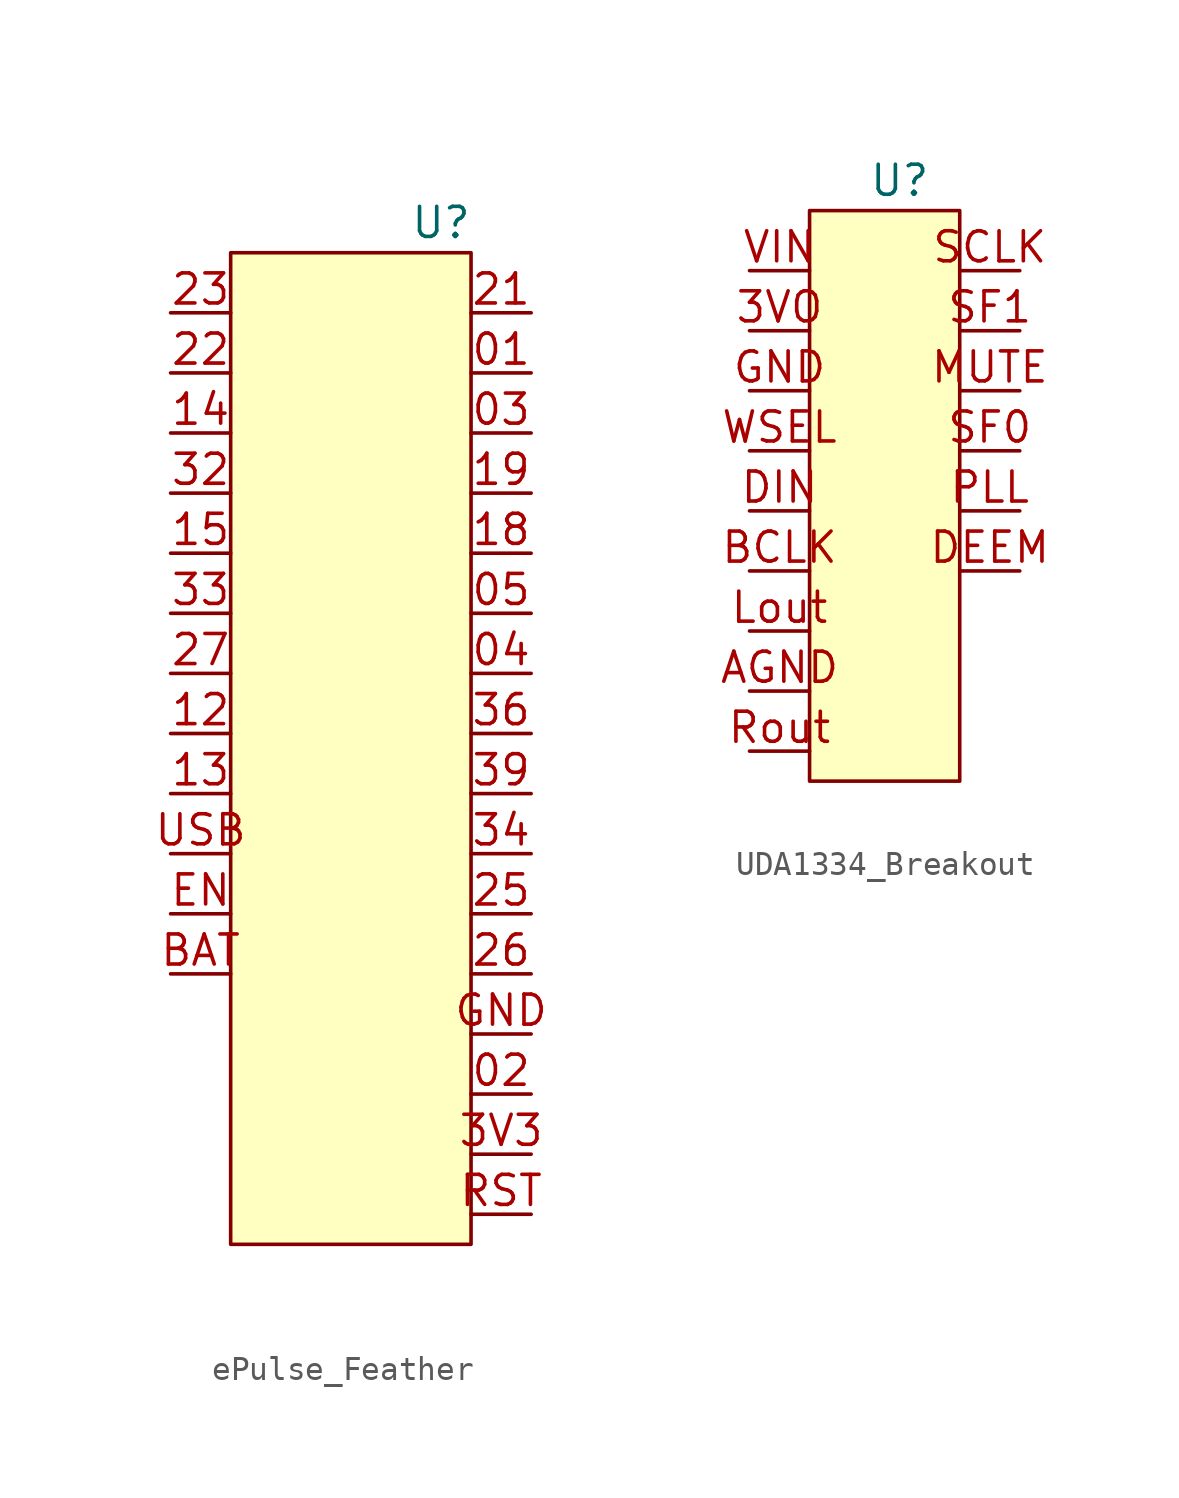
<source format=kicad_sym>
(kicad_symbol_lib
  (version 20220914)
  (generator kicad_symbol_editor)
  (symbol "ePulse_Feather"
    (property "Reference" "U"
      (at -1.27 0 0)
      (effects (font (size 1.27 1.27))))
    (property "Value" ""
      (at -13.945 -1.246 0)
      (effects (font (size 1.27 1.27))))
    (symbol "ePulse_Feather_1_1"
      (rectangle (start -10.16 -1.27) (end 0 -43.18) (stroke (width 0) (type default)) (fill (type background)))
      (pin bidirectional line (at 2.54 -6.35 180) (length 2.54) (name "" (effects (font (size 1.27 1.27)))) (number "01" (effects (font (size 1.27 1.27)))))
      (pin bidirectional line (at 2.54 -36.83 180) (length 2.54) (name "" (effects (font (size 1.27 1.27)))) (number "02" (effects (font (size 1.27 1.27)))))
      (pin bidirectional line (at 2.54 -8.89 180) (length 2.54) (name "" (effects (font (size 1.27 1.27)))) (number "03" (effects (font (size 1.27 1.27)))))
      (pin bidirectional line (at 2.54 -19.05 180) (length 2.54) (name "" (effects (font (size 1.27 1.27)))) (number "04" (effects (font (size 1.27 1.27)))))
      (pin bidirectional line (at 2.54 -16.51 180) (length 2.54) (name "" (effects (font (size 1.27 1.27)))) (number "05" (effects (font (size 1.27 1.27)))))
      (pin bidirectional line (at -12.7 -21.59 0) (length 2.54) (name "" (effects (font (size 1.27 1.27)))) (number "12" (effects (font (size 1.27 1.27)))))
      (pin bidirectional line (at -12.7 -24.13 0) (length 2.54) (name "" (effects (font (size 1.27 1.27)))) (number "13" (effects (font (size 1.27 1.27)))))
      (pin bidirectional line (at -12.7 -8.89 0) (length 2.54) (name "" (effects (font (size 1.27 1.27)))) (number "14" (effects (font (size 1.27 1.27)))))
      (pin bidirectional line (at -12.7 -13.97 0) (length 2.54) (name "" (effects (font (size 1.27 1.27)))) (number "15" (effects (font (size 1.27 1.27)))))
      (pin bidirectional line (at 2.54 -13.97 180) (length 2.54) (name "" (effects (font (size 1.27 1.27)))) (number "18" (effects (font (size 1.27 1.27)))))
      (pin bidirectional line (at 2.54 -11.43 180) (length 2.54) (name "" (effects (font (size 1.27 1.27)))) (number "19" (effects (font (size 1.27 1.27)))))
      (pin bidirectional line (at 2.54 -3.81 180) (length 2.54) (name "" (effects (font (size 1.27 1.27)))) (number "21" (effects (font (size 1.27 1.27)))))
      (pin bidirectional line (at -12.7 -6.35 0) (length 2.54) (name "" (effects (font (size 1.27 1.27)))) (number "22" (effects (font (size 1.27 1.27)))))
      (pin bidirectional line (at -12.7 -3.81 0) (length 2.54) (name "" (effects (font (size 1.27 1.27)))) (number "23" (effects (font (size 1.27 1.27)))))
      (pin bidirectional line (at 2.54 -29.21 180) (length 2.54) (name "" (effects (font (size 1.27 1.27)))) (number "25" (effects (font (size 1.27 1.27)))))
      (pin bidirectional line (at 2.54 -31.75 180) (length 2.54) (name "" (effects (font (size 1.27 1.27)))) (number "26" (effects (font (size 1.27 1.27)))))
      (pin bidirectional line (at -12.7 -19.05 0) (length 2.54) (name "" (effects (font (size 1.27 1.27)))) (number "27" (effects (font (size 1.27 1.27)))))
      (pin bidirectional line (at -12.7 -11.43 0) (length 2.54) (name "" (effects (font (size 1.27 1.27)))) (number "32" (effects (font (size 1.27 1.27)))))
      (pin bidirectional line (at -12.7 -16.51 0) (length 2.54) (name "" (effects (font (size 1.27 1.27)))) (number "33" (effects (font (size 1.27 1.27)))))
      (pin input line (at 2.54 -26.67 180) (length 2.54) (name "" (effects (font (size 1.27 1.27)))) (number "34" (effects (font (size 1.27 1.27)))))
      (pin input line (at 2.54 -21.59 180) (length 2.54) (name "" (effects (font (size 1.27 1.27)))) (number "36" (effects (font (size 1.27 1.27)))))
      (pin input line (at 2.54 -24.13 180) (length 2.54) (name "" (effects (font (size 1.27 1.27)))) (number "39" (effects (font (size 1.27 1.27)))))
      (pin power_out line (at 2.54 -39.37 180) (length 2.54) (name "" (effects (font (size 1.27 1.27)))) (number "3V3" (effects (font (size 1.27 1.27)))))
      (pin power_out line (at -12.7 -31.75 0) (length 2.54) (name "" (effects (font (size 1.27 1.27)))) (number "BAT" (effects (font (size 1.27 1.27)))))
      (pin input line (at -12.7 -29.21 0) (length 2.54) (name "" (effects (font (size 1.27 1.27)))) (number "EN" (effects (font (size 1.27 1.27)))))
      (pin power_in line (at 2.54 -34.29 180) (length 2.54) (name "" (effects (font (size 1.27 1.27)))) (number "GND" (effects (font (size 1.27 1.27)))))
      (pin input line (at 2.54 -41.91 180) (length 2.54) (name "" (effects (font (size 1.27 1.27)))) (number "RST" (effects (font (size 1.27 1.27)))))
      (pin power_out line (at -12.7 -26.67 0) (length 2.54) (name "" (effects (font (size 1.27 1.27)))) (number "USB" (effects (font (size 1.27 1.27)))))))
  (symbol "UDA1334_Breakout"
    (property "Reference" "U"
      (at 0 0 0)
      (effects (font (size 1.27 1.27))))
    (property "Value" ""
      (at 0 0 0)
      (effects (font (size 1.27 1.27))))
    (symbol "UDA1334_Breakout_1_1"
      (rectangle (start -3.81 -1.27) (end 2.54 -25.4) (stroke (width 0) (type default)) (fill (type background)))
      (pin power_out line (at -6.35 -6.35 0) (length 2.54) (name "" (effects (font (size 1.27 1.27)))) (number "3VO" (effects (font (size 1.27 1.27)))))
      (pin power_in line (at -6.35 -21.59 0) (length 2.54) (name "" (effects (font (size 1.27 1.27)))) (number "AGND" (effects (font (size 1.27 1.27)))))
      (pin input line (at -6.35 -16.51 0) (length 2.54) (name "" (effects (font (size 1.27 1.27)))) (number "BCLK" (effects (font (size 1.27 1.27)))))
      (pin input line (at 5.08 -16.51 180) (length 2.54) (name "" (effects (font (size 1.27 1.27)))) (number "DEEM" (effects (font (size 1.27 1.27)))))
      (pin input line (at -6.35 -13.97 0) (length 2.54) (name "" (effects (font (size 1.27 1.27)))) (number "DIN" (effects (font (size 1.27 1.27)))))
      (pin power_in line (at -6.35 -8.89 0) (length 2.54) (name "" (effects (font (size 1.27 1.27)))) (number "GND" (effects (font (size 1.27 1.27)))))
      (pin output line (at -6.35 -19.05 0) (length 2.54) (name "" (effects (font (size 1.27 1.27)))) (number "Lout" (effects (font (size 1.27 1.27)))))
      (pin input line (at 5.08 -8.89 180) (length 2.54) (name "" (effects (font (size 1.27 1.27)))) (number "MUTE" (effects (font (size 1.27 1.27)))))
      (pin input line (at 5.08 -13.97 180) (length 2.54) (name "" (effects (font (size 1.27 1.27)))) (number "PLL" (effects (font (size 1.27 1.27)))))
      (pin output line (at -6.35 -24.13 0) (length 2.54) (name "" (effects (font (size 1.27 1.27)))) (number "Rout" (effects (font (size 1.27 1.27)))))
      (pin input line (at 5.08 -3.81 180) (length 2.54) (name "" (effects (font (size 1.27 1.27)))) (number "SCLK" (effects (font (size 1.27 1.27)))))
      (pin input line (at 5.08 -11.43 180) (length 2.54) (name "" (effects (font (size 1.27 1.27)))) (number "SF0" (effects (font (size 1.27 1.27)))))
      (pin input line (at 5.08 -6.35 180) (length 2.54) (name "" (effects (font (size 1.27 1.27)))) (number "SF1" (effects (font (size 1.27 1.27)))))
      (pin power_in line (at -6.35 -3.81 0) (length 2.54) (name "" (effects (font (size 1.27 1.27)))) (number "VIN" (effects (font (size 1.27 1.27)))))
      (pin input line (at -6.35 -11.43 0) (length 2.54) (name "" (effects (font (size 1.27 1.27)))) (number "WSEL" (effects (font (size 1.27 1.27))))))))
</source>
